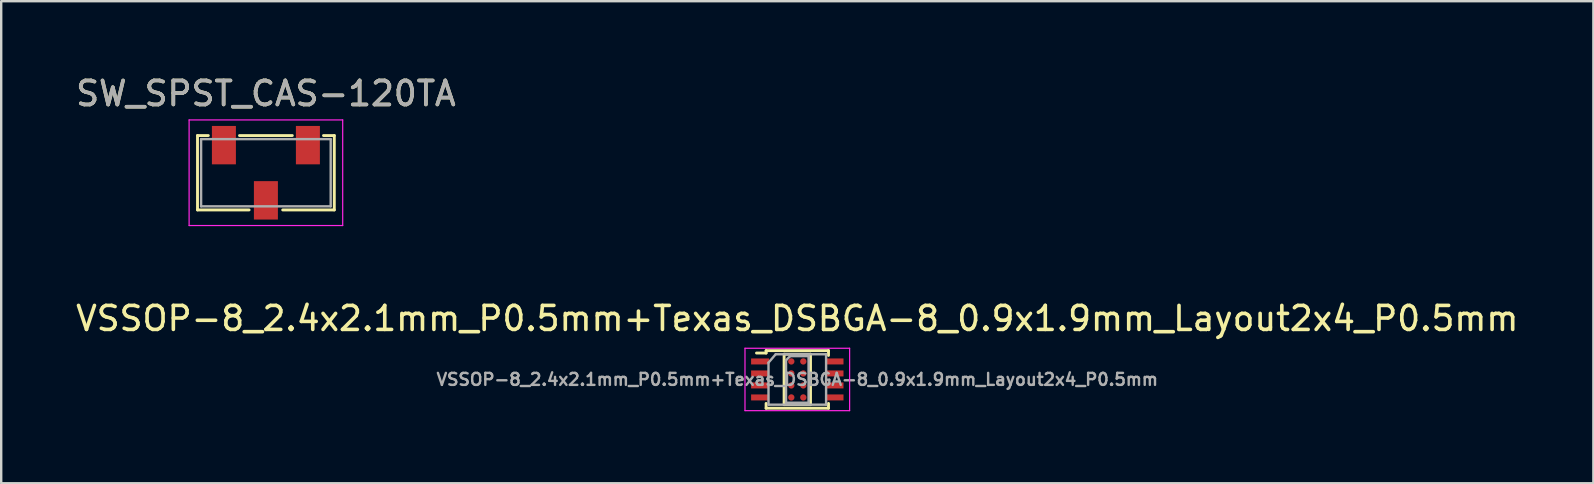
<source format=kicad_pcb>
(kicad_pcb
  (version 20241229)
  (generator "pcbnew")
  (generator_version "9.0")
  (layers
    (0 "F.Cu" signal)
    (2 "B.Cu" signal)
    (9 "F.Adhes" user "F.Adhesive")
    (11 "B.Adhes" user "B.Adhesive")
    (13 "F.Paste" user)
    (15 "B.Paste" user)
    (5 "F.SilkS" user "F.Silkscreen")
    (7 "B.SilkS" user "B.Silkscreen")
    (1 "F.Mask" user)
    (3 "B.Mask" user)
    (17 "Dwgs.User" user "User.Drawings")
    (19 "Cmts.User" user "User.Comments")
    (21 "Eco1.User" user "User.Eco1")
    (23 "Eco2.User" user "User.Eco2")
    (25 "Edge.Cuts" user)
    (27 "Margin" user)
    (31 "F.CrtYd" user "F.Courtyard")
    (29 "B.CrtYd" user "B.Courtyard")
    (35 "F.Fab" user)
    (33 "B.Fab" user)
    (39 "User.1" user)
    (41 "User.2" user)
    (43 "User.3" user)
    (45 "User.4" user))
  (footprint "SW_SPST_CAS-120TA"
    (layer "F.Cu")
    (at 8.03 4.148)
    (property "Reference" "SW_SPST_CAS-120TA" (at 0 -3.3 0) (layer "F.SilkS") (effects (font (size 1 1) (thickness 0.15))))
    (attr smd)
    (fp_line (start -2.85 -1.55) (end -2.85 1.55) (stroke (width 0.12) (type solid)) (layer "F.SilkS"))
    (fp_line (start -2.85 -1.55) (end -2.4 -1.55) (stroke (width 0.12) (type solid)) (layer "F.SilkS"))
    (fp_line (start -2.85 1.55) (end -0.7 1.55) (stroke (width 0.12) (type solid)) (layer "F.SilkS"))
    (fp_line (start -1.1 -1.55) (end 1.1 -1.55) (stroke (width 0.12) (type solid)) (layer "F.SilkS"))
    (fp_line (start 2.85 -1.55) (end 2.4 -1.55) (stroke (width 0.12) (type solid)) (layer "F.SilkS"))
    (fp_line (start 2.85 1.55) (end 0.7 1.55) (stroke (width 0.12) (type solid)) (layer "F.SilkS"))
    (fp_line (start 2.85 1.55) (end 2.85 -1.55) (stroke (width 0.12) (type solid)) (layer "F.SilkS"))
    (fp_line (start -3.2 -2.2) (end -3.2 2.2) (stroke (width 0.05) (type solid)) (layer "F.CrtYd"))
    (fp_line (start -3.2 2.2) (end 3.2 2.2) (stroke (width 0.05) (type solid)) (layer "F.CrtYd"))
    (fp_line (start 3.2 -2.2) (end -3.2 -2.2) (stroke (width 0.05) (type solid)) (layer "F.CrtYd"))
    (fp_line (start 3.2 2.2) (end 3.2 -2.2) (stroke (width 0.05) (type solid)) (layer "F.CrtYd"))
    (fp_line (start -2.7 -1.4) (end 2.7 -1.4) (stroke (width 0.1) (type solid)) (layer "F.Fab"))
    (fp_line (start -2.7 1.4) (end -2.7 -1.4) (stroke (width 0.1) (type solid)) (layer "F.Fab"))
    (fp_line (start 2.7 -1.4) (end 2.7 1.4) (stroke (width 0.1) (type solid)) (layer "F.Fab"))
    (fp_line (start 2.7 1.4) (end -2.7 1.4) (stroke (width 0.1) (type solid)) (layer "F.Fab"))
    (fp_text user "${REFERENCE}" (at 0 -3.3 0) (layer "F.Fab") (effects (font (size 1 1) (thickness 0.15))))
    (pad "1" smd rect (at -1.75 -1.15) (size 1 1.6) (layers "F.Cu" "F.Mask" "F.Paste"))
    (pad "2" smd rect (at 0 1.15) (size 1 1.6) (layers "F.Cu" "F.Mask" "F.Paste"))
    (pad "3" smd rect (at 1.75 -1.15) (size 1 1.6) (layers "F.Cu" "F.Mask" "F.Paste")))
  (footprint "VSSOP-8_2.4x2.1mm_P0.5mm+Texas_DSBGA-8_0.9x1.9mm_Layout2x4_P0.5mm"
    (layer "F.Cu")
    (at 30.173 12.761)
    (property "Reference" "VSSOP-8_2.4x2.1mm_P0.5mm+Texas_DSBGA-8_0.9x1.9mm_Layout2x4_P0.5mm" (at 0 -2.54 0) (layer "F.SilkS") (effects (font (size 1 1) (thickness 0.15))))
    (attr smd)
    (fp_line (start -1.3 -1.2) (end -1.3 -1.1) (stroke (width 0.12) (type solid)) (layer "F.SilkS"))
    (fp_line (start -1.3 -1.1) (end -1.7 -1.1) (stroke (width 0.12) (type solid)) (layer "F.SilkS"))
    (fp_line (start -1.3 1.2) (end -1.3 1) (stroke (width 0.12) (type solid)) (layer "F.SilkS"))
    (fp_line (start -1.3 1.2) (end 1.3 1.2) (stroke (width 0.12) (type solid)) (layer "F.SilkS"))
    (fp_line (start -0.55 -1.05) (end -0.55 1.05) (stroke (width 0.12) (type solid)) (layer "F.SilkS"))
    (fp_line (start -0.55 1.05) (end 0.55 1.05) (stroke (width 0.12) (type solid)) (layer "F.SilkS"))
    (fp_line (start 0.55 -1.05) (end -0.55 -1.05) (stroke (width 0.12) (type solid)) (layer "F.SilkS"))
    (fp_line (start 0.55 -1.05) (end 0.55 1.05) (stroke (width 0.12) (type solid)) (layer "F.SilkS"))
    (fp_line (start 1.3 -1.2) (end -1.3 -1.2) (stroke (width 0.12) (type solid)) (layer "F.SilkS"))
    (fp_line (start 1.3 -1) (end 1.3 -1.2) (stroke (width 0.12) (type solid)) (layer "F.SilkS"))
    (fp_line (start 1.3 1.2) (end 1.3 1) (stroke (width 0.12) (type solid)) (layer "F.SilkS"))
    (fp_line (start -2.18 -1.3) (end 2.18 -1.3) (stroke (width 0.05) (type solid)) (layer "F.CrtYd"))
    (fp_line (start -2.18 1.3) (end -2.18 -1.3) (stroke (width 0.05) (type solid)) (layer "F.CrtYd"))
    (fp_line (start 2.18 -1.3) (end 2.18 1.3) (stroke (width 0.05) (type solid)) (layer "F.CrtYd"))
    (fp_line (start 2.18 1.3) (end -2.18 1.3) (stroke (width 0.05) (type solid)) (layer "F.CrtYd"))
    (fp_line (start -1.2 -0.7) (end -1.2 1.05) (stroke (width 0.1) (type solid)) (layer "F.Fab"))
    (fp_line (start -1.2 1.05) (end 1.2 1.05) (stroke (width 0.1) (type solid)) (layer "F.Fab"))
    (fp_line (start -0.9 -1.05) (end -1.2 -0.7) (stroke (width 0.1) (type solid)) (layer "F.Fab"))
    (fp_line (start -0.47 -0.8) (end -0.47 0.97) (stroke (width 0.1) (type solid)) (layer "F.Fab"))
    (fp_line (start -0.47 -0.8) (end -0.3 -0.97) (stroke (width 0.1) (type solid)) (layer "F.Fab"))
    (fp_line (start -0.47 0.97) (end 0.47 0.97) (stroke (width 0.1) (type solid)) (layer "F.Fab"))
    (fp_line (start 0.47 -0.97) (end -0.3 -0.97) (stroke (width 0.1) (type solid)) (layer "F.Fab"))
    (fp_line (start 0.47 0.97) (end 0.47 -0.97) (stroke (width 0.1) (type solid)) (layer "F.Fab"))
    (fp_line (start 1.2 -1.05) (end -0.9 -1.05) (stroke (width 0.1) (type solid)) (layer "F.Fab"))
    (fp_line (start 1.2 1.05) (end 1.2 -1.05) (stroke (width 0.1) (type solid)) (layer "F.Fab"))
    (fp_text user "${REFERENCE}" (at 0 0 0) (layer "F.Fab") (effects (font (size 0.5 0.5) (thickness 0.1))))
    (pad "" smd rect (at -0.25 -0.75) (size 0.3 0.3) (layers "F.Paste"))
    (pad "" smd rect (at -0.25 -0.25) (size 0.3 0.3) (layers "F.Paste"))
    (pad "" smd rect (at -0.25 0.25) (size 0.3 0.3) (layers "F.Paste"))
    (pad "" smd rect (at -0.25 0.75) (size 0.3 0.3) (layers "F.Paste"))
    (pad "" smd rect (at 0.25 -0.75) (size 0.3 0.3) (layers "F.Paste"))
    (pad "" smd rect (at 0.25 -0.25) (size 0.3 0.3) (layers "F.Paste"))
    (pad "" smd rect (at 0.25 0.25) (size 0.3 0.3) (layers "F.Paste"))
    (pad "" smd rect (at 0.25 0.75) (size 0.3 0.3) (layers "F.Paste"))
    (pad "1" smd rect (at -1.55 -0.75) (size 0.75 0.25) (layers "F.Cu" "F.Mask" "F.Paste"))
    (pad "1" smd circle (at -0.25 -0.75) (size 0.265 0.265) (layers "F.Cu" "F.Mask"))
    (pad "2" smd rect (at -1.55 -0.25) (size 0.75 0.25) (layers "F.Cu" "F.Mask" "F.Paste"))
    (pad "2" smd circle (at -0.25 -0.25) (size 0.265 0.265) (layers "F.Cu" "F.Mask"))
    (pad "3" smd rect (at -1.55 0.25) (size 0.75 0.25) (layers "F.Cu" "F.Mask" "F.Paste"))
    (pad "3" smd circle (at -0.25 0.25) (size 0.265 0.265) (layers "F.Cu" "F.Mask"))
    (pad "4" smd rect (at -1.55 0.75) (size 0.75 0.25) (layers "F.Cu" "F.Mask" "F.Paste"))
    (pad "4" smd circle (at -0.25 0.75) (size 0.265 0.265) (layers "F.Cu" "F.Mask"))
    (pad "5" smd circle (at 0.25 0.75) (size 0.265 0.265) (layers "F.Cu" "F.Mask"))
    (pad "5" smd rect (at 1.55 0.75) (size 0.75 0.25) (layers "F.Cu" "F.Mask" "F.Paste"))
    (pad "6" smd circle (at 0.25 0.25) (size 0.265 0.265) (layers "F.Cu" "F.Mask"))
    (pad "6" smd rect (at 1.55 0.25) (size 0.75 0.25) (layers "F.Cu" "F.Mask" "F.Paste"))
    (pad "7" smd circle (at 0.25 -0.25) (size 0.265 0.265) (layers "F.Cu" "F.Mask"))
    (pad "7" smd rect (at 1.55 -0.25) (size 0.75 0.25) (layers "F.Cu" "F.Mask" "F.Paste"))
    (pad "8" smd circle (at 0.25 -0.75) (size 0.265 0.265) (layers "F.Cu" "F.Mask"))
    (pad "8" smd rect (at 1.55 -0.75) (size 0.75 0.25) (layers "F.Cu" "F.Mask" "F.Paste")))
  (gr_rect
    (start -3 -3)
    (end 63.345 17.087)
    (stroke (width 0.1) (type default))
    (fill no)
    (layer "Edge.Cuts")))
</source>
